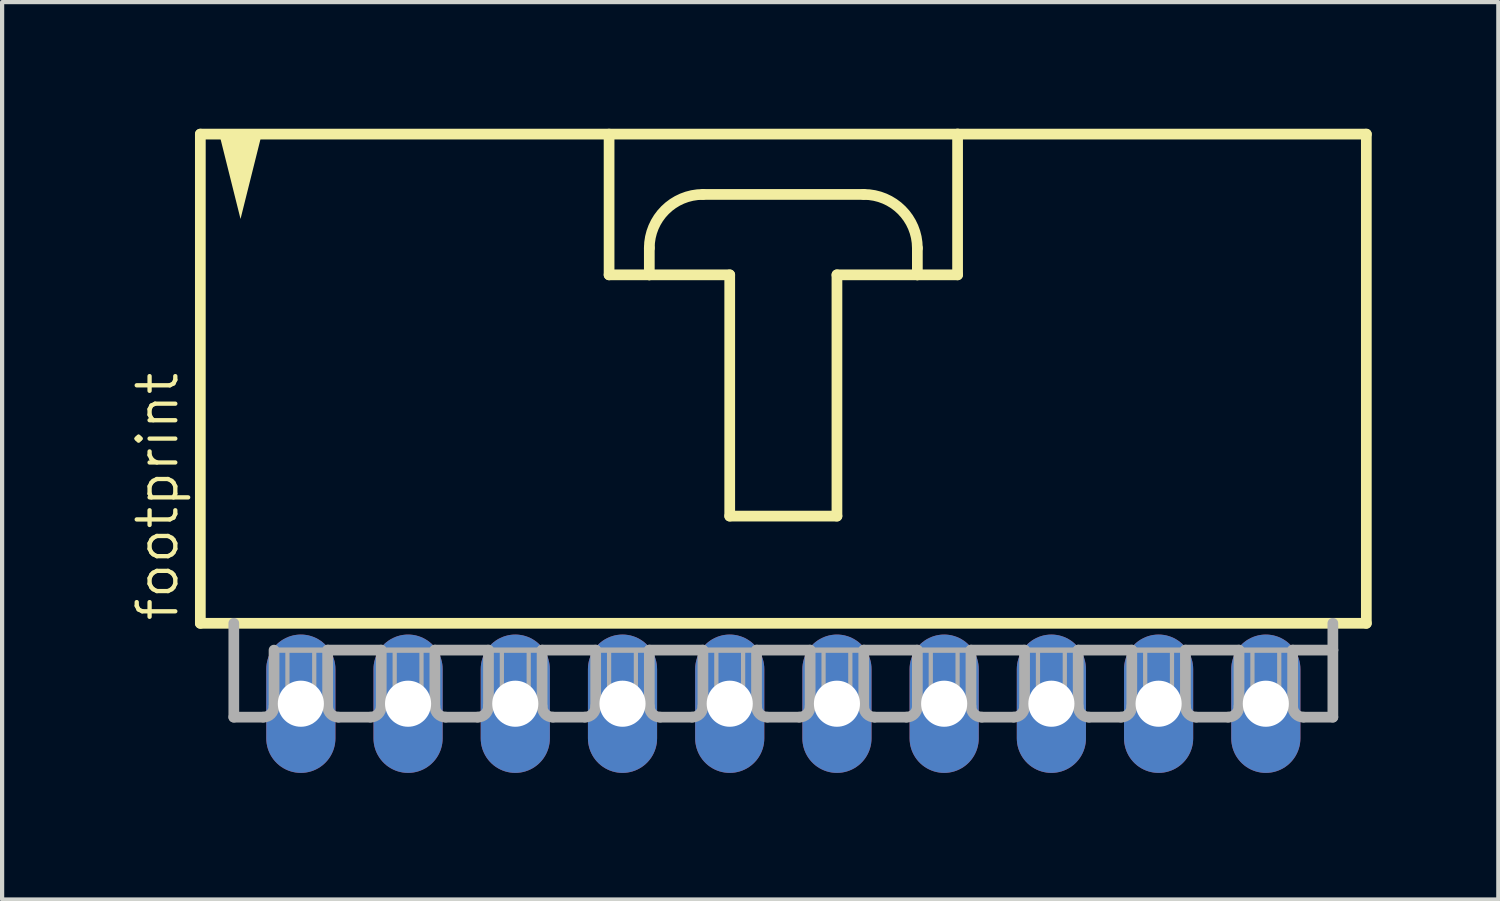
<source format=kicad_pcb>
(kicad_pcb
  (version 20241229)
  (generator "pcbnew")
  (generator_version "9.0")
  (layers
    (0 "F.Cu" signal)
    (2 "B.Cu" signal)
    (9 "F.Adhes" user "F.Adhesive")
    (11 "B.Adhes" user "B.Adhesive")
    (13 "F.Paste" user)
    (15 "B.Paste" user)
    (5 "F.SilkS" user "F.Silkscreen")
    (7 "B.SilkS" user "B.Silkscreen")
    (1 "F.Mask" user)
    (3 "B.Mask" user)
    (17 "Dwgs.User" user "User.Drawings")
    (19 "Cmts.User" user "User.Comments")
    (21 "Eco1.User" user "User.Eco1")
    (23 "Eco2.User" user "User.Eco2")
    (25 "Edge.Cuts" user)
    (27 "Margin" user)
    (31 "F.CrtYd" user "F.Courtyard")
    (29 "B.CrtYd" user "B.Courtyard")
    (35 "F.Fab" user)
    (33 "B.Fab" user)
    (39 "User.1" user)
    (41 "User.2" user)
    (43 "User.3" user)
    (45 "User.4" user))
  (footprint "footprint"
    (layer "F.Cu")
    (at 15.507 6.001)
    (property "Reference" "footprint" (at -14.287 5.715 90) (layer "F.SilkS") (effects (font (size 0.914 0.914) (thickness 0.102)) (justify left bottom)))
    (fp_line (start -13.811 -5.874) (end -13.811 5.715) (stroke (width 0.254) (type solid)) (layer "F.SilkS"))
    (fp_line (start -13.811 5.715) (end 13.811 5.715) (stroke (width 0.254) (type solid)) (layer "F.SilkS"))
    (fp_line (start -4.128 -5.874) (end -4.128 -2.54) (stroke (width 0.254) (type solid)) (layer "F.SilkS"))
    (fp_line (start -4.128 -2.54) (end -3.175 -2.54) (stroke (width 0.254) (type solid)) (layer "F.SilkS"))
    (fp_line (start -3.175 -2.54) (end -3.175 -3.175) (stroke (width 0.254) (type solid)) (layer "F.SilkS"))
    (fp_line (start -3.175 -2.54) (end -1.27 -2.54) (stroke (width 0.254) (type solid)) (layer "F.SilkS"))
    (fp_line (start -1.905 -4.445) (end 1.905 -4.445) (stroke (width 0.254) (type solid)) (layer "F.SilkS"))
    (fp_line (start -1.27 -2.54) (end -1.27 3.175) (stroke (width 0.254) (type solid)) (layer "F.SilkS"))
    (fp_line (start -1.27 3.175) (end 1.27 3.175) (stroke (width 0.254) (type solid)) (layer "F.SilkS"))
    (fp_line (start 1.27 -2.54) (end 3.175 -2.54) (stroke (width 0.254) (type solid)) (layer "F.SilkS"))
    (fp_line (start 1.27 3.175) (end 1.27 -2.54) (stroke (width 0.254) (type solid)) (layer "F.SilkS"))
    (fp_line (start 3.175 -3.175) (end 3.175 -2.54) (stroke (width 0.254) (type solid)) (layer "F.SilkS"))
    (fp_line (start 3.175 -2.54) (end 4.128 -2.54) (stroke (width 0.254) (type solid)) (layer "F.SilkS"))
    (fp_line (start 4.128 -5.874) (end -13.811 -5.874) (stroke (width 0.254) (type solid)) (layer "F.SilkS"))
    (fp_line (start 4.128 -2.54) (end 4.128 -5.874) (stroke (width 0.254) (type solid)) (layer "F.SilkS"))
    (fp_line (start 13.811 -5.874) (end 4.128 -5.874) (stroke (width 0.254) (type solid)) (layer "F.SilkS"))
    (fp_line (start 13.811 5.715) (end 13.811 -5.874) (stroke (width 0.254) (type solid)) (layer "F.SilkS"))
    (fp_arc (start -3.175 -3.175) (mid -2.803026 -4.073026) (end -1.905 -4.445) (stroke (width 0.254) (type solid)) (layer "F.SilkS"))
    (fp_arc (start 1.905 -4.445) (mid 2.803026 -4.073026) (end 3.175 -3.175) (stroke (width 0.254) (type solid)) (layer "F.SilkS"))
    (fp_poly (pts (xy -12.859 -3.864) (xy -13.368 -5.899) (xy -12.35 -5.899)) (stroke (width 0) (type solid)) (fill yes) (layer "F.SilkS"))
    (fp_line (start -13.018 5.715) (end -13.018 7.938) (stroke (width 0.254) (type solid)) (layer "F.Fab"))
    (fp_line (start -12.319 7.938) (end -13.018 7.938) (stroke (width 0.254) (type solid)) (layer "F.Fab"))
    (fp_line (start -12.065 6.35) (end -12.065 7.684) (stroke (width 0.254) (type solid)) (layer "F.Fab"))
    (fp_line (start -12.065 6.35) (end -10.795 6.35) (stroke (width 0.127) (type solid)) (layer "F.Fab"))
    (fp_line (start -10.795 6.35) (end -10.795 7.684) (stroke (width 0.254) (type solid)) (layer "F.Fab"))
    (fp_line (start -10.795 6.35) (end -9.525 6.35) (stroke (width 0.254) (type solid)) (layer "F.Fab"))
    (fp_line (start -9.779 7.938) (end -10.541 7.938) (stroke (width 0.254) (type solid)) (layer "F.Fab"))
    (fp_line (start -9.525 6.35) (end -9.525 7.684) (stroke (width 0.254) (type solid)) (layer "F.Fab"))
    (fp_line (start -9.525 6.35) (end -8.255 6.35) (stroke (width 0.127) (type solid)) (layer "F.Fab"))
    (fp_line (start -8.255 6.35) (end -8.255 7.684) (stroke (width 0.254) (type solid)) (layer "F.Fab"))
    (fp_line (start -8.255 6.35) (end -6.985 6.35) (stroke (width 0.254) (type solid)) (layer "F.Fab"))
    (fp_line (start -7.239 7.938) (end -8.001 7.938) (stroke (width 0.254) (type solid)) (layer "F.Fab"))
    (fp_line (start -6.985 6.35) (end -6.985 7.684) (stroke (width 0.254) (type solid)) (layer "F.Fab"))
    (fp_line (start -6.985 6.35) (end -5.715 6.35) (stroke (width 0.127) (type solid)) (layer "F.Fab"))
    (fp_line (start -5.715 6.35) (end -5.715 7.684) (stroke (width 0.254) (type solid)) (layer "F.Fab"))
    (fp_line (start -5.715 6.35) (end -4.445 6.35) (stroke (width 0.254) (type solid)) (layer "F.Fab"))
    (fp_line (start -4.699 7.938) (end -5.461 7.938) (stroke (width 0.254) (type solid)) (layer "F.Fab"))
    (fp_line (start -4.445 6.35) (end -4.445 7.684) (stroke (width 0.254) (type solid)) (layer "F.Fab"))
    (fp_line (start -4.445 6.35) (end -3.175 6.35) (stroke (width 0.127) (type solid)) (layer "F.Fab"))
    (fp_line (start -3.175 6.35) (end -3.175 7.684) (stroke (width 0.254) (type solid)) (layer "F.Fab"))
    (fp_line (start -3.175 6.35) (end -1.905 6.35) (stroke (width 0.254) (type solid)) (layer "F.Fab"))
    (fp_line (start -2.159 7.938) (end -2.921 7.938) (stroke (width 0.254) (type solid)) (layer "F.Fab"))
    (fp_line (start -1.905 6.35) (end -1.905 7.684) (stroke (width 0.254) (type solid)) (layer "F.Fab"))
    (fp_line (start -1.905 6.35) (end -0.635 6.35) (stroke (width 0.127) (type solid)) (layer "F.Fab"))
    (fp_line (start -0.635 6.35) (end -0.635 7.684) (stroke (width 0.254) (type solid)) (layer "F.Fab"))
    (fp_line (start -0.635 6.35) (end 0.635 6.35) (stroke (width 0.254) (type solid)) (layer "F.Fab"))
    (fp_line (start 0.381 7.938) (end -0.381 7.938) (stroke (width 0.254) (type solid)) (layer "F.Fab"))
    (fp_line (start 0.635 6.35) (end 0.635 7.684) (stroke (width 0.254) (type solid)) (layer "F.Fab"))
    (fp_line (start 0.635 6.35) (end 1.905 6.35) (stroke (width 0.127) (type solid)) (layer "F.Fab"))
    (fp_line (start 1.905 6.35) (end 1.905 7.684) (stroke (width 0.254) (type solid)) (layer "F.Fab"))
    (fp_line (start 1.905 6.35) (end 3.175 6.35) (stroke (width 0.254) (type solid)) (layer "F.Fab"))
    (fp_line (start 2.921 7.938) (end 2.159 7.938) (stroke (width 0.254) (type solid)) (layer "F.Fab"))
    (fp_line (start 3.175 6.35) (end 3.175 7.684) (stroke (width 0.254) (type solid)) (layer "F.Fab"))
    (fp_line (start 3.175 6.35) (end 4.445 6.35) (stroke (width 0.127) (type solid)) (layer "F.Fab"))
    (fp_line (start 4.445 6.35) (end 4.445 7.684) (stroke (width 0.254) (type solid)) (layer "F.Fab"))
    (fp_line (start 4.445 6.35) (end 5.715 6.35) (stroke (width 0.254) (type solid)) (layer "F.Fab"))
    (fp_line (start 5.461 7.938) (end 4.699 7.938) (stroke (width 0.254) (type solid)) (layer "F.Fab"))
    (fp_line (start 5.715 6.35) (end 5.715 7.684) (stroke (width 0.254) (type solid)) (layer "F.Fab"))
    (fp_line (start 5.715 6.35) (end 6.985 6.35) (stroke (width 0.127) (type solid)) (layer "F.Fab"))
    (fp_line (start 6.985 6.35) (end 6.985 7.684) (stroke (width 0.254) (type solid)) (layer "F.Fab"))
    (fp_line (start 6.985 6.35) (end 8.255 6.35) (stroke (width 0.254) (type solid)) (layer "F.Fab"))
    (fp_line (start 8.001 7.938) (end 7.239 7.938) (stroke (width 0.254) (type solid)) (layer "F.Fab"))
    (fp_line (start 8.255 6.35) (end 8.255 7.684) (stroke (width 0.254) (type solid)) (layer "F.Fab"))
    (fp_line (start 8.255 6.35) (end 9.525 6.35) (stroke (width 0.127) (type solid)) (layer "F.Fab"))
    (fp_line (start 9.525 6.35) (end 9.525 7.684) (stroke (width 0.254) (type solid)) (layer "F.Fab"))
    (fp_line (start 9.525 6.35) (end 10.795 6.35) (stroke (width 0.254) (type solid)) (layer "F.Fab"))
    (fp_line (start 10.541 7.938) (end 9.779 7.938) (stroke (width 0.254) (type solid)) (layer "F.Fab"))
    (fp_line (start 10.795 6.35) (end 10.795 7.684) (stroke (width 0.254) (type solid)) (layer "F.Fab"))
    (fp_line (start 10.795 6.35) (end 12.065 6.35) (stroke (width 0.127) (type solid)) (layer "F.Fab"))
    (fp_line (start 12.065 6.35) (end 12.065 7.684) (stroke (width 0.254) (type solid)) (layer "F.Fab"))
    (fp_line (start 12.065 6.35) (end 13.018 6.35) (stroke (width 0.254) (type solid)) (layer "F.Fab"))
    (fp_line (start 12.319 7.938) (end 13.018 7.938) (stroke (width 0.254) (type solid)) (layer "F.Fab"))
    (fp_line (start 13.018 6.35) (end 13.018 5.715) (stroke (width 0.254) (type solid)) (layer "F.Fab"))
    (fp_line (start 13.018 7.938) (end 13.018 6.35) (stroke (width 0.254) (type solid)) (layer "F.Fab"))
    (fp_arc (start -12.065 7.6835) (mid -12.139395 7.863105) (end -12.319 7.9375) (stroke (width 0.254) (type solid)) (layer "F.Fab"))
    (fp_arc (start -10.541 7.9375) (mid -10.720605 7.863105) (end -10.795 7.6835) (stroke (width 0.254) (type solid)) (layer "F.Fab"))
    (fp_arc (start -9.525 7.6835) (mid -9.599395 7.863105) (end -9.779 7.9375) (stroke (width 0.254) (type solid)) (layer "F.Fab"))
    (fp_arc (start -8.001 7.9375) (mid -8.180605 7.863105) (end -8.255 7.6835) (stroke (width 0.254) (type solid)) (layer "F.Fab"))
    (fp_arc (start -6.985 7.6835) (mid -7.059395 7.863105) (end -7.239 7.9375) (stroke (width 0.254) (type solid)) (layer "F.Fab"))
    (fp_arc (start -5.461 7.9375) (mid -5.640605 7.863105) (end -5.715 7.6835) (stroke (width 0.254) (type solid)) (layer "F.Fab"))
    (fp_arc (start -4.445 7.6835) (mid -4.519395 7.863105) (end -4.699 7.9375) (stroke (width 0.254) (type solid)) (layer "F.Fab"))
    (fp_arc (start -2.921 7.9375) (mid -3.100605 7.863105) (end -3.175 7.6835) (stroke (width 0.254) (type solid)) (layer "F.Fab"))
    (fp_arc (start -1.905 7.6835) (mid -1.979395 7.863105) (end -2.159 7.9375) (stroke (width 0.254) (type solid)) (layer "F.Fab"))
    (fp_arc (start -0.381 7.9375) (mid -0.560605 7.863105) (end -0.635 7.6835) (stroke (width 0.254) (type solid)) (layer "F.Fab"))
    (fp_arc (start 0.635 7.6835) (mid 0.560605 7.863105) (end 0.381 7.9375) (stroke (width 0.254) (type solid)) (layer "F.Fab"))
    (fp_arc (start 2.159 7.9375) (mid 1.979395 7.863105) (end 1.905 7.6835) (stroke (width 0.254) (type solid)) (layer "F.Fab"))
    (fp_arc (start 3.175 7.6835) (mid 3.100605 7.863105) (end 2.921 7.9375) (stroke (width 0.254) (type solid)) (layer "F.Fab"))
    (fp_arc (start 4.699 7.9375) (mid 4.519395 7.863105) (end 4.445 7.6835) (stroke (width 0.254) (type solid)) (layer "F.Fab"))
    (fp_arc (start 5.715 7.6835) (mid 5.640605 7.863105) (end 5.461 7.9375) (stroke (width 0.254) (type solid)) (layer "F.Fab"))
    (fp_arc (start 7.239 7.9375) (mid 7.059395 7.863105) (end 6.985 7.6835) (stroke (width 0.254) (type solid)) (layer "F.Fab"))
    (fp_arc (start 8.255 7.6835) (mid 8.180605 7.863105) (end 8.001 7.9375) (stroke (width 0.254) (type solid)) (layer "F.Fab"))
    (fp_arc (start 9.779 7.9375) (mid 9.599395 7.863105) (end 9.525 7.6835) (stroke (width 0.254) (type solid)) (layer "F.Fab"))
    (fp_arc (start 10.795 7.6835) (mid 10.720605 7.863105) (end 10.541 7.9375) (stroke (width 0.254) (type solid)) (layer "F.Fab"))
    (fp_arc (start 12.319 7.9375) (mid 12.139395 7.863105) (end 12.065 7.6835) (stroke (width 0.254) (type solid)) (layer "F.Fab"))
    (fp_poly (pts (xy -11.748 7.62) (xy -11.113 7.62) (xy -11.113 6.35) (xy -11.748 6.35)) (stroke (width 0.1) (type solid)) (fill no) (layer "F.Fab"))
    (fp_poly (pts (xy -9.207 7.62) (xy -8.572 7.62) (xy -8.572 6.35) (xy -9.207 6.35)) (stroke (width 0.1) (type solid)) (fill no) (layer "F.Fab"))
    (fp_poly (pts (xy -6.668 7.62) (xy -6.032 7.62) (xy -6.032 6.35) (xy -6.668 6.35)) (stroke (width 0.1) (type solid)) (fill no) (layer "F.Fab"))
    (fp_poly (pts (xy -4.128 7.62) (xy -3.493 7.62) (xy -3.493 6.35) (xy -4.128 6.35)) (stroke (width 0.1) (type solid)) (fill no) (layer "F.Fab"))
    (fp_poly (pts (xy -1.587 7.62) (xy -0.953 7.62) (xy -0.953 6.35) (xy -1.587 6.35)) (stroke (width 0.1) (type solid)) (fill no) (layer "F.Fab"))
    (fp_poly (pts (xy 0.953 7.62) (xy 1.587 7.62) (xy 1.587 6.35) (xy 0.953 6.35)) (stroke (width 0.1) (type solid)) (fill no) (layer "F.Fab"))
    (fp_poly (pts (xy 3.493 7.62) (xy 4.128 7.62) (xy 4.128 6.35) (xy 3.493 6.35)) (stroke (width 0.1) (type solid)) (fill no) (layer "F.Fab"))
    (fp_poly (pts (xy 6.032 7.62) (xy 6.668 7.62) (xy 6.668 6.35) (xy 6.032 6.35)) (stroke (width 0.1) (type solid)) (fill no) (layer "F.Fab"))
    (fp_poly (pts (xy 8.572 7.62) (xy 9.207 7.62) (xy 9.207 6.35) (xy 8.572 6.35)) (stroke (width 0.1) (type solid)) (fill no) (layer "F.Fab"))
    (fp_poly (pts (xy 11.113 7.62) (xy 11.748 7.62) (xy 11.748 6.35) (xy 11.113 6.35)) (stroke (width 0.1) (type solid)) (fill no) (layer "F.Fab"))
    (pad "1" thru_hole oval (at -11.43 7.62 90) (size 3.277 1.638) (drill 1.092) (layers "*.Cu" "*.Mask"))
    (pad "2" thru_hole oval (at -8.89 7.62 90) (size 3.277 1.638) (drill 1.092) (layers "*.Cu" "*.Mask"))
    (pad "3" thru_hole oval (at -6.35 7.62 90) (size 3.277 1.638) (drill 1.092) (layers "*.Cu" "*.Mask"))
    (pad "4" thru_hole oval (at -3.81 7.62 90) (size 3.277 1.638) (drill 1.092) (layers "*.Cu" "*.Mask"))
    (pad "5" thru_hole oval (at -1.27 7.62 90) (size 3.277 1.638) (drill 1.092) (layers "*.Cu" "*.Mask"))
    (pad "6" thru_hole oval (at 1.27 7.62 90) (size 3.277 1.638) (drill 1.092) (layers "*.Cu" "*.Mask"))
    (pad "7" thru_hole oval (at 3.81 7.62 90) (size 3.277 1.638) (drill 1.092) (layers "*.Cu" "*.Mask"))
    (pad "8" thru_hole oval (at 6.35 7.62 90) (size 3.277 1.638) (drill 1.092) (layers "*.Cu" "*.Mask"))
    (pad "9" thru_hole oval (at 8.89 7.62 90) (size 3.277 1.638) (drill 1.092) (layers "*.Cu" "*.Mask"))
    (pad "10" thru_hole oval (at 11.43 7.62 90) (size 3.277 1.638) (drill 1.092) (layers "*.Cu" "*.Mask")))
  (gr_rect
    (start -3 -3)
    (end 32.445 18.259)
    (stroke (width 0.1) (type default))
    (fill no)
    (layer "Edge.Cuts")))
</source>
